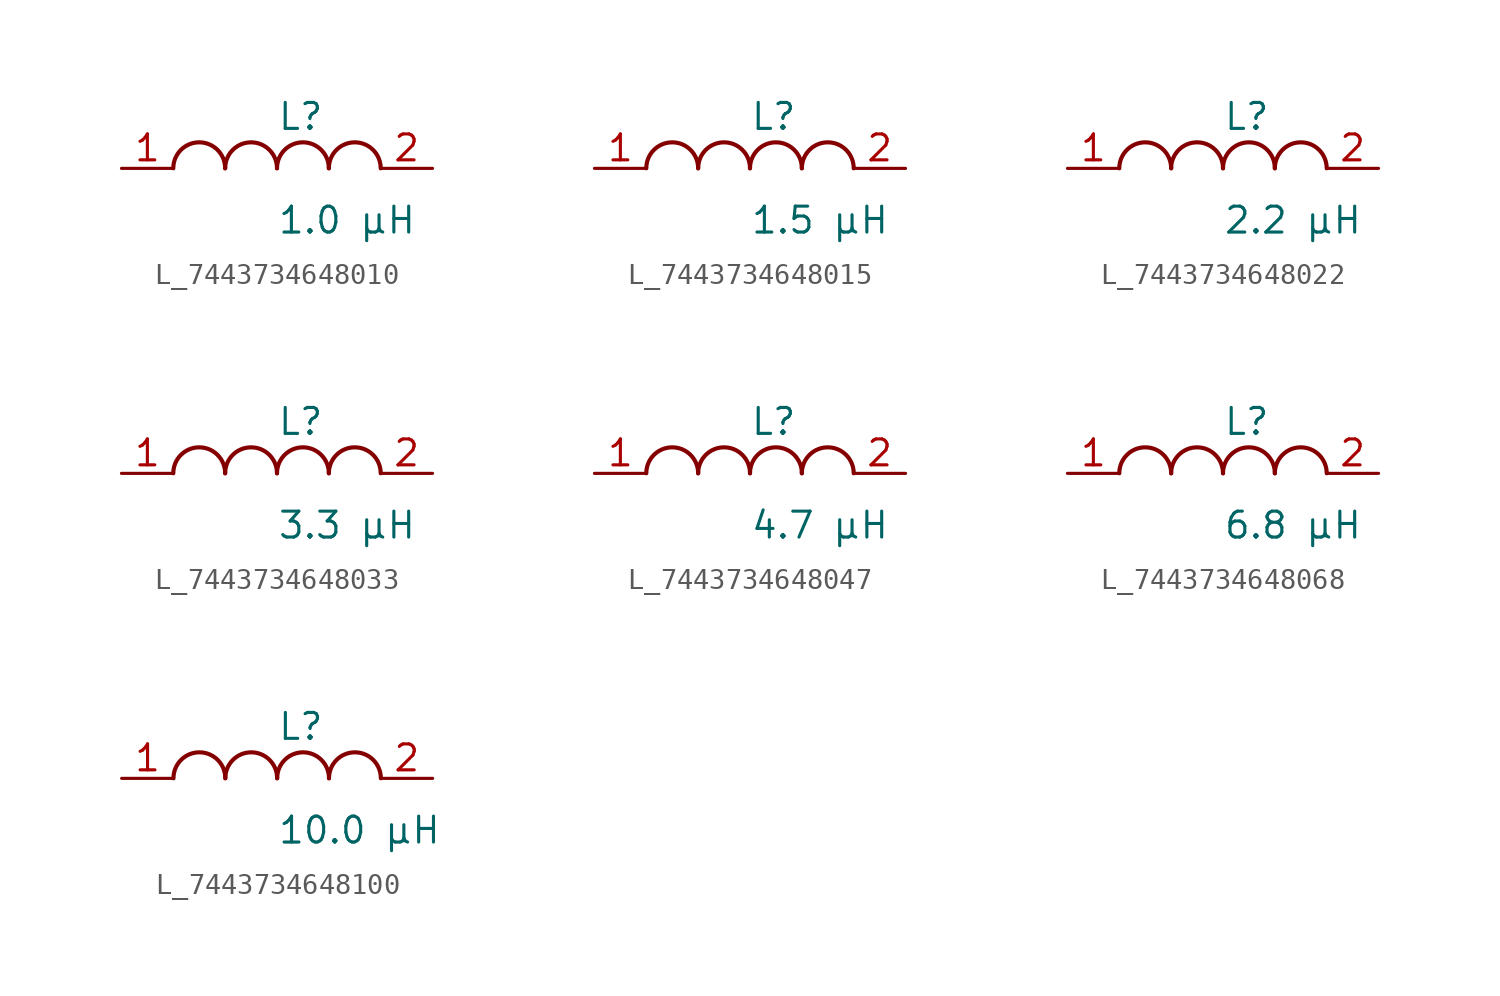
<source format=kicad_sym>
(kicad_symbol_lib
  (version 20231120)
  (generator kicad_symbol_editor)
  (generator_version 8.0)
  (symbol "L_7443734648010"
    (pin_names
      (offset 0.254))
    (property "Reference" "L"
      (at 0 2.54 0)
      (effects (font (size 1.27 1.27)) (justify left)))
    (property "Value" "1.0 µH"
      (at 0 -2.54 0)
      (effects (font (size 1.27 1.27)) (justify left)))
    (symbol "L_7443734648010_1_1"
      (arc (start -2.54 0.0056) (mid -3.81 1.27) (end -5.08 0.0056) (stroke (width 0.2032) (type default)) (fill (type none)))
      (arc (start 0 0.0056) (mid -1.27 1.27) (end -2.54 0.0056) (stroke (width 0.2032) (type default)) (fill (type none)))
      (arc (start 2.54 0.0056) (mid 1.27 1.27) (end 0 0.0056) (stroke (width 0.2032) (type default)) (fill (type none)))
      (arc (start 5.08 0.0056) (mid 3.81 1.27) (end 2.54 0.0056) (stroke (width 0.2032) (type default)) (fill (type none)))
      (pin unspecified line (at -7.62 0 0) (length 2.54) (name "" (effects (font (size 1.27 1.27)))) (number "1" (effects (font (size 1.27 1.27)))))
      (pin unspecified line (at 7.62 0 180) (length 2.54) (name "" (effects (font (size 1.27 1.27)))) (number "2" (effects (font (size 1.27 1.27)))))))
  (symbol "L_7443734648015"
    (pin_names
      (offset 0.254))
    (property "Reference" "L"
      (at 0 2.54 0)
      (effects (font (size 1.27 1.27)) (justify left)))
    (property "Value" "1.5 µH"
      (at 0 -2.54 0)
      (effects (font (size 1.27 1.27)) (justify left)))
    (symbol "L_7443734648015_1_1"
      (arc (start -2.54 0.0056) (mid -3.81 1.27) (end -5.08 0.0056) (stroke (width 0.2032) (type default)) (fill (type none)))
      (arc (start 0 0.0056) (mid -1.27 1.27) (end -2.54 0.0056) (stroke (width 0.2032) (type default)) (fill (type none)))
      (arc (start 2.54 0.0056) (mid 1.27 1.27) (end 0 0.0056) (stroke (width 0.2032) (type default)) (fill (type none)))
      (arc (start 5.08 0.0056) (mid 3.81 1.27) (end 2.54 0.0056) (stroke (width 0.2032) (type default)) (fill (type none)))
      (pin unspecified line (at -7.62 0 0) (length 2.54) (name "" (effects (font (size 1.27 1.27)))) (number "1" (effects (font (size 1.27 1.27)))))
      (pin unspecified line (at 7.62 0 180) (length 2.54) (name "" (effects (font (size 1.27 1.27)))) (number "2" (effects (font (size 1.27 1.27)))))))
  (symbol "L_7443734648022"
    (pin_names
      (offset 0.254))
    (property "Reference" "L"
      (at 0 2.54 0)
      (effects (font (size 1.27 1.27)) (justify left)))
    (property "Value" "2.2 µH"
      (at 0 -2.54 0)
      (effects (font (size 1.27 1.27)) (justify left)))
    (symbol "L_7443734648022_1_1"
      (arc (start -2.54 0.0056) (mid -3.81 1.27) (end -5.08 0.0056) (stroke (width 0.2032) (type default)) (fill (type none)))
      (arc (start 0 0.0056) (mid -1.27 1.27) (end -2.54 0.0056) (stroke (width 0.2032) (type default)) (fill (type none)))
      (arc (start 2.54 0.0056) (mid 1.27 1.27) (end 0 0.0056) (stroke (width 0.2032) (type default)) (fill (type none)))
      (arc (start 5.08 0.0056) (mid 3.81 1.27) (end 2.54 0.0056) (stroke (width 0.2032) (type default)) (fill (type none)))
      (pin unspecified line (at -7.62 0 0) (length 2.54) (name "" (effects (font (size 1.27 1.27)))) (number "1" (effects (font (size 1.27 1.27)))))
      (pin unspecified line (at 7.62 0 180) (length 2.54) (name "" (effects (font (size 1.27 1.27)))) (number "2" (effects (font (size 1.27 1.27)))))))
  (symbol "L_7443734648033"
    (pin_names
      (offset 0.254))
    (property "Reference" "L"
      (at 0 2.54 0)
      (effects (font (size 1.27 1.27)) (justify left)))
    (property "Value" "3.3 µH"
      (at 0 -2.54 0)
      (effects (font (size 1.27 1.27)) (justify left)))
    (symbol "L_7443734648033_1_1"
      (arc (start -2.54 0.0056) (mid -3.81 1.27) (end -5.08 0.0056) (stroke (width 0.2032) (type default)) (fill (type none)))
      (arc (start 0 0.0056) (mid -1.27 1.27) (end -2.54 0.0056) (stroke (width 0.2032) (type default)) (fill (type none)))
      (arc (start 2.54 0.0056) (mid 1.27 1.27) (end 0 0.0056) (stroke (width 0.2032) (type default)) (fill (type none)))
      (arc (start 5.08 0.0056) (mid 3.81 1.27) (end 2.54 0.0056) (stroke (width 0.2032) (type default)) (fill (type none)))
      (pin unspecified line (at -7.62 0 0) (length 2.54) (name "" (effects (font (size 1.27 1.27)))) (number "1" (effects (font (size 1.27 1.27)))))
      (pin unspecified line (at 7.62 0 180) (length 2.54) (name "" (effects (font (size 1.27 1.27)))) (number "2" (effects (font (size 1.27 1.27)))))))
  (symbol "L_7443734648047"
    (pin_names
      (offset 0.254))
    (property "Reference" "L"
      (at 0 2.54 0)
      (effects (font (size 1.27 1.27)) (justify left)))
    (property "Value" "4.7 µH"
      (at 0 -2.54 0)
      (effects (font (size 1.27 1.27)) (justify left)))
    (symbol "L_7443734648047_1_1"
      (arc (start -2.54 0.0056) (mid -3.81 1.27) (end -5.08 0.0056) (stroke (width 0.2032) (type default)) (fill (type none)))
      (arc (start 0 0.0056) (mid -1.27 1.27) (end -2.54 0.0056) (stroke (width 0.2032) (type default)) (fill (type none)))
      (arc (start 2.54 0.0056) (mid 1.27 1.27) (end 0 0.0056) (stroke (width 0.2032) (type default)) (fill (type none)))
      (arc (start 5.08 0.0056) (mid 3.81 1.27) (end 2.54 0.0056) (stroke (width 0.2032) (type default)) (fill (type none)))
      (pin unspecified line (at -7.62 0 0) (length 2.54) (name "" (effects (font (size 1.27 1.27)))) (number "1" (effects (font (size 1.27 1.27)))))
      (pin unspecified line (at 7.62 0 180) (length 2.54) (name "" (effects (font (size 1.27 1.27)))) (number "2" (effects (font (size 1.27 1.27)))))))
  (symbol "L_7443734648068"
    (pin_names
      (offset 0.254))
    (property "Reference" "L"
      (at 0 2.54 0)
      (effects (font (size 1.27 1.27)) (justify left)))
    (property "Value" "6.8 µH"
      (at 0 -2.54 0)
      (effects (font (size 1.27 1.27)) (justify left)))
    (symbol "L_7443734648068_1_1"
      (arc (start -2.54 0.0056) (mid -3.81 1.27) (end -5.08 0.0056) (stroke (width 0.2032) (type default)) (fill (type none)))
      (arc (start 0 0.0056) (mid -1.27 1.27) (end -2.54 0.0056) (stroke (width 0.2032) (type default)) (fill (type none)))
      (arc (start 2.54 0.0056) (mid 1.27 1.27) (end 0 0.0056) (stroke (width 0.2032) (type default)) (fill (type none)))
      (arc (start 5.08 0.0056) (mid 3.81 1.27) (end 2.54 0.0056) (stroke (width 0.2032) (type default)) (fill (type none)))
      (pin unspecified line (at -7.62 0 0) (length 2.54) (name "" (effects (font (size 1.27 1.27)))) (number "1" (effects (font (size 1.27 1.27)))))
      (pin unspecified line (at 7.62 0 180) (length 2.54) (name "" (effects (font (size 1.27 1.27)))) (number "2" (effects (font (size 1.27 1.27)))))))
  (symbol "L_7443734648100"
    (pin_names
      (offset 0.254))
    (property "Reference" "L"
      (at 0 2.54 0)
      (effects (font (size 1.27 1.27)) (justify left)))
    (property "Value" "10.0 µH"
      (at 0 -2.54 0)
      (effects (font (size 1.27 1.27)) (justify left)))
    (symbol "L_7443734648100_1_1"
      (arc (start -2.54 0.0056) (mid -3.81 1.27) (end -5.08 0.0056) (stroke (width 0.2032) (type default)) (fill (type none)))
      (arc (start 0 0.0056) (mid -1.27 1.27) (end -2.54 0.0056) (stroke (width 0.2032) (type default)) (fill (type none)))
      (arc (start 2.54 0.0056) (mid 1.27 1.27) (end 0 0.0056) (stroke (width 0.2032) (type default)) (fill (type none)))
      (arc (start 5.08 0.0056) (mid 3.81 1.27) (end 2.54 0.0056) (stroke (width 0.2032) (type default)) (fill (type none)))
      (pin unspecified line (at -7.62 0 0) (length 2.54) (name "" (effects (font (size 1.27 1.27)))) (number "1" (effects (font (size 1.27 1.27)))))
      (pin unspecified line (at 7.62 0 180) (length 2.54) (name "" (effects (font (size 1.27 1.27)))) (number "2" (effects (font (size 1.27 1.27))))))))
</source>
